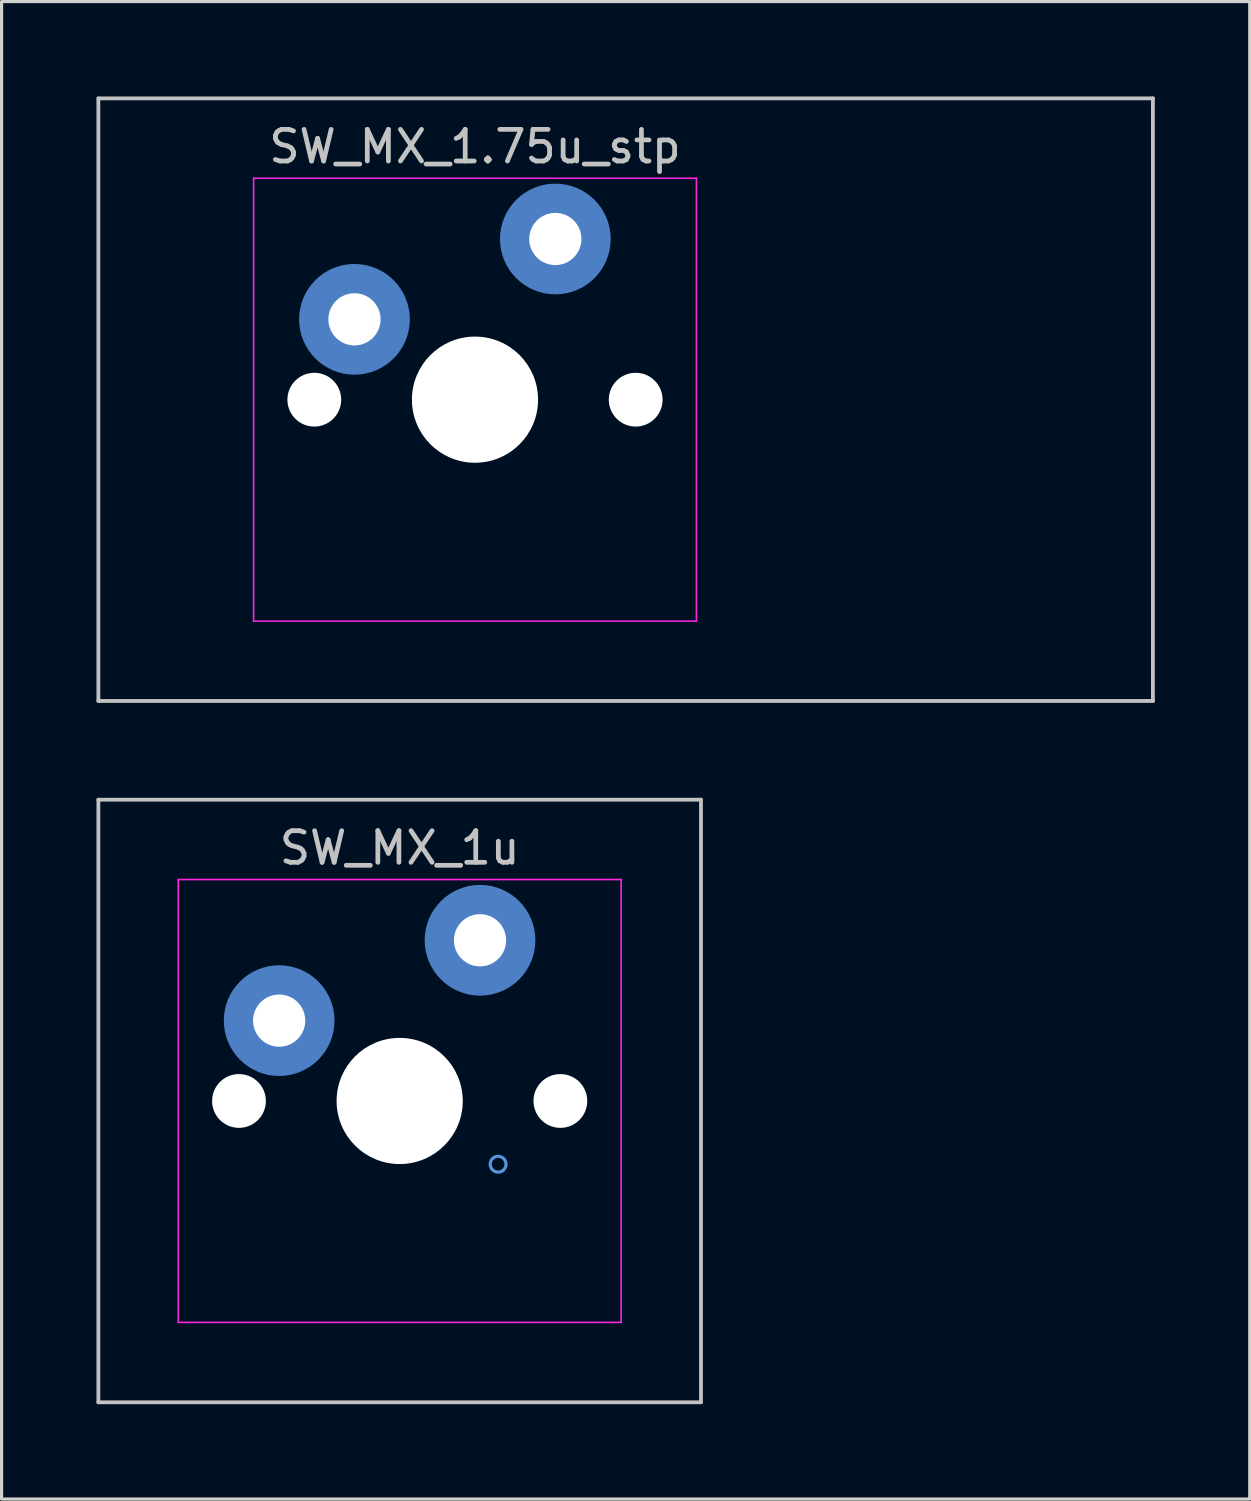
<source format=kicad_pcb>
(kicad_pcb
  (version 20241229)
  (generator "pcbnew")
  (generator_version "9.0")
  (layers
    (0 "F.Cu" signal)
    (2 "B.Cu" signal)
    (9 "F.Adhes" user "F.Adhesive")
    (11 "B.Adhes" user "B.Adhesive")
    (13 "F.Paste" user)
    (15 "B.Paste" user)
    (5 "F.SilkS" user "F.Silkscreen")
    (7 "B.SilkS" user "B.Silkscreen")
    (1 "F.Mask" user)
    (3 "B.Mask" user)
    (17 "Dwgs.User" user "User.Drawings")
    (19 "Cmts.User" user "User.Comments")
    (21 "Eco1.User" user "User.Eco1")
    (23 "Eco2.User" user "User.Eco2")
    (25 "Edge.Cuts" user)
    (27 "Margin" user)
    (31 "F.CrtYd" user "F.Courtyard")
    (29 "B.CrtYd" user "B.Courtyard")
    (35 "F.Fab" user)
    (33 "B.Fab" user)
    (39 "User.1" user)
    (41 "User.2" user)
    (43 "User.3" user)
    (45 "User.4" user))
  (footprint "SW_MX_1u"
    (layer "F.Cu")
    (at 9.585 31.755)
    (property "Reference" "SW_MX_1u" (at 0 -8 0) (layer "Dwgs.User") (effects (font (size 1 1) (thickness 0.15))))
    (attr through_hole exclude_from_pos_files exclude_from_bom)
    (fp_line (start -9.525 -9.525) (end -9.525 9.525) (stroke (width 0.12) (type solid)) (layer "Dwgs.User"))
    (fp_line (start -9.525 9.525) (end 9.525 9.525) (stroke (width 0.12) (type solid)) (layer "Dwgs.User"))
    (fp_line (start 9.525 -9.525) (end -9.525 -9.525) (stroke (width 0.12) (type solid)) (layer "Dwgs.User"))
    (fp_line (start 9.525 9.525) (end 9.525 -9.525) (stroke (width 0.12) (type solid)) (layer "Dwgs.User"))
    (fp_circle (center 3.112 2) (end 3.112 1.75) (stroke (width 0.1) (type default)) (fill no) (layer "Cmts.User"))
    (fp_line (start -7 6.5) (end -7 -6.5) (stroke (width 0.05) (type solid)) (layer "Eco2.User"))
    (fp_line (start -6.5 -7) (end 6.5 -7) (stroke (width 0.05) (type solid)) (layer "Eco2.User"))
    (fp_line (start 6.5 7) (end -6.5 7) (stroke (width 0.05) (type solid)) (layer "Eco2.User"))
    (fp_line (start 7 -6.5) (end 7 6.5) (stroke (width 0.05) (type solid)) (layer "Eco2.User"))
    (fp_arc (start -7 -6.5) (mid -6.853553 -6.853553) (end -6.5 -7) (stroke (width 0.05) (type solid)) (layer "Eco2.User"))
    (fp_arc (start -6.5 7) (mid -6.853553 6.853553) (end -7 6.5) (stroke (width 0.05) (type solid)) (layer "Eco2.User"))
    (fp_arc (start 6.5 -7) (mid 6.853553 -6.853553) (end 7 -6.5) (stroke (width 0.05) (type solid)) (layer "Eco2.User"))
    (fp_arc (start 6.997236 6.498884) (mid 6.850789 6.852437) (end 6.497236 6.998884) (stroke (width 0.05) (type solid)) (layer "Eco2.User"))
    (fp_line (start -7 -7) (end -7 7) (stroke (width 0.05) (type solid)) (layer "F.CrtYd"))
    (fp_line (start -7 7) (end 7 7) (stroke (width 0.05) (type solid)) (layer "F.CrtYd"))
    (fp_line (start 7 -7) (end -7 -7) (stroke (width 0.05) (type solid)) (layer "F.CrtYd"))
    (fp_line (start 7 7) (end 7 -7) (stroke (width 0.05) (type solid)) (layer "F.CrtYd"))
    (pad "" np_thru_hole circle (at -5.08 0) (size 1.7 1.7) (drill 1.7) (layers "*.Cu" "*.Mask"))
    (pad "" np_thru_hole circle (at 0 0) (size 3.988 3.988) (drill 3.988) (layers "*.Cu" "*.Mask"))
    (pad "" np_thru_hole circle (at 5.08 0) (size 1.7 1.7) (drill 1.7) (layers "*.Cu" "*.Mask"))
    (pad "1" thru_hole circle (at -3.81 -2.54) (size 2 2) (drill 1.65) (layers "*.Cu") (remove_unused_layers yes) (keep_end_layers yes) (zone_layer_connections))
    (pad "1" smd circle (at -3.81 -2.54) (size 2.5 2.5) (layers "B.Cu" "B.Mask"))
    (pad "1" smd circle (at -3.81 -2.54) (size 3.5 3.5) (layers "B.Cu"))
    (pad "2" thru_hole circle (at 2.54 -5.08) (size 2 2) (drill 1.65) (layers "*.Cu") (remove_unused_layers yes) (keep_end_layers yes) (zone_layer_connections))
    (pad "2" smd circle (at 2.54 -5.08) (size 2.5 2.5) (layers "B.Cu" "B.Mask"))
    (pad "2" smd circle (at 2.54 -5.08) (size 3.5 3.5) (layers "B.Cu")))
  (footprint "SW_MX_1.75u_stp"
    (layer "F.Cu")
    (at 11.966 9.585)
    (property "Reference" "SW_MX_1.75u_stp" (at 0 -8 0) (layer "Dwgs.User") (effects (font (size 1 1) (thickness 0.15))))
    (attr through_hole exclude_from_pos_files exclude_from_bom)
    (fp_line (start -11.906 -9.525) (end -11.906 9.525) (stroke (width 0.12) (type solid)) (layer "Dwgs.User"))
    (fp_line (start -11.906 9.525) (end 21.431 9.525) (stroke (width 0.12) (type solid)) (layer "Dwgs.User"))
    (fp_line (start 21.431 -9.525) (end -11.906 -9.525) (stroke (width 0.12) (type solid)) (layer "Dwgs.User"))
    (fp_line (start 21.431 9.525) (end 21.431 -9.525) (stroke (width 0.12) (type solid)) (layer "Dwgs.User"))
    (fp_line (start -7 6.5) (end -7 -6.5) (stroke (width 0.05) (type solid)) (layer "Eco2.User"))
    (fp_line (start -6.5 -7) (end 6.5 -7) (stroke (width 0.05) (type solid)) (layer "Eco2.User"))
    (fp_line (start 6.5 7) (end -6.5 7) (stroke (width 0.05) (type solid)) (layer "Eco2.User"))
    (fp_line (start 7 -6.5) (end 7 6.5) (stroke (width 0.05) (type solid)) (layer "Eco2.User"))
    (fp_arc (start -7 -6.5) (mid -6.853553 -6.853553) (end -6.5 -7) (stroke (width 0.05) (type solid)) (layer "Eco2.User"))
    (fp_arc (start -6.5 7) (mid -6.853553 6.853553) (end -7 6.5) (stroke (width 0.05) (type solid)) (layer "Eco2.User"))
    (fp_arc (start 6.5 -7) (mid 6.853553 -6.853553) (end 7 -6.5) (stroke (width 0.05) (type solid)) (layer "Eco2.User"))
    (fp_arc (start 6.997236 6.498884) (mid 6.850789 6.852437) (end 6.497236 6.998884) (stroke (width 0.05) (type solid)) (layer "Eco2.User"))
    (fp_line (start -7 -7) (end -7 7) (stroke (width 0.05) (type solid)) (layer "F.CrtYd"))
    (fp_line (start -7 7) (end 7 7) (stroke (width 0.05) (type solid)) (layer "F.CrtYd"))
    (fp_line (start 7 -7) (end -7 -7) (stroke (width 0.05) (type solid)) (layer "F.CrtYd"))
    (fp_line (start 7 7) (end 7 -7) (stroke (width 0.05) (type solid)) (layer "F.CrtYd"))
    (pad "" np_thru_hole circle (at -5.08 0) (size 1.7 1.7) (drill 1.7) (layers "*.Cu" "*.Mask"))
    (pad "" np_thru_hole circle (at 0 0) (size 3.988 3.988) (drill 3.988) (layers "*.Cu" "*.Mask"))
    (pad "" np_thru_hole circle (at 5.08 0) (size 1.7 1.7) (drill 1.7) (layers "*.Cu" "*.Mask"))
    (pad "1" thru_hole circle (at -3.81 -2.54) (size 2 2) (drill 1.65) (layers "*.Cu") (remove_unused_layers yes) (keep_end_layers yes) (zone_layer_connections))
    (pad "1" smd circle (at -3.81 -2.54) (size 2.5 2.5) (layers "B.Cu" "B.Mask"))
    (pad "1" smd circle (at -3.81 -2.54) (size 3.5 3.5) (layers "B.Cu"))
    (pad "2" thru_hole circle (at 2.54 -5.08) (size 2 2) (drill 1.65) (layers "*.Cu") (remove_unused_layers yes) (keep_end_layers yes) (zone_layer_connections))
    (pad "2" smd circle (at 2.54 -5.08) (size 2.5 2.5) (layers "B.Cu" "B.Mask"))
    (pad "2" smd circle (at 2.54 -5.08) (size 3.5 3.5) (layers "B.Cu")))
  (gr_rect
    (start -3 -3)
    (end 36.458 44.34)
    (stroke (width 0.1) (type default))
    (fill no)
    (layer "Edge.Cuts")))
</source>
